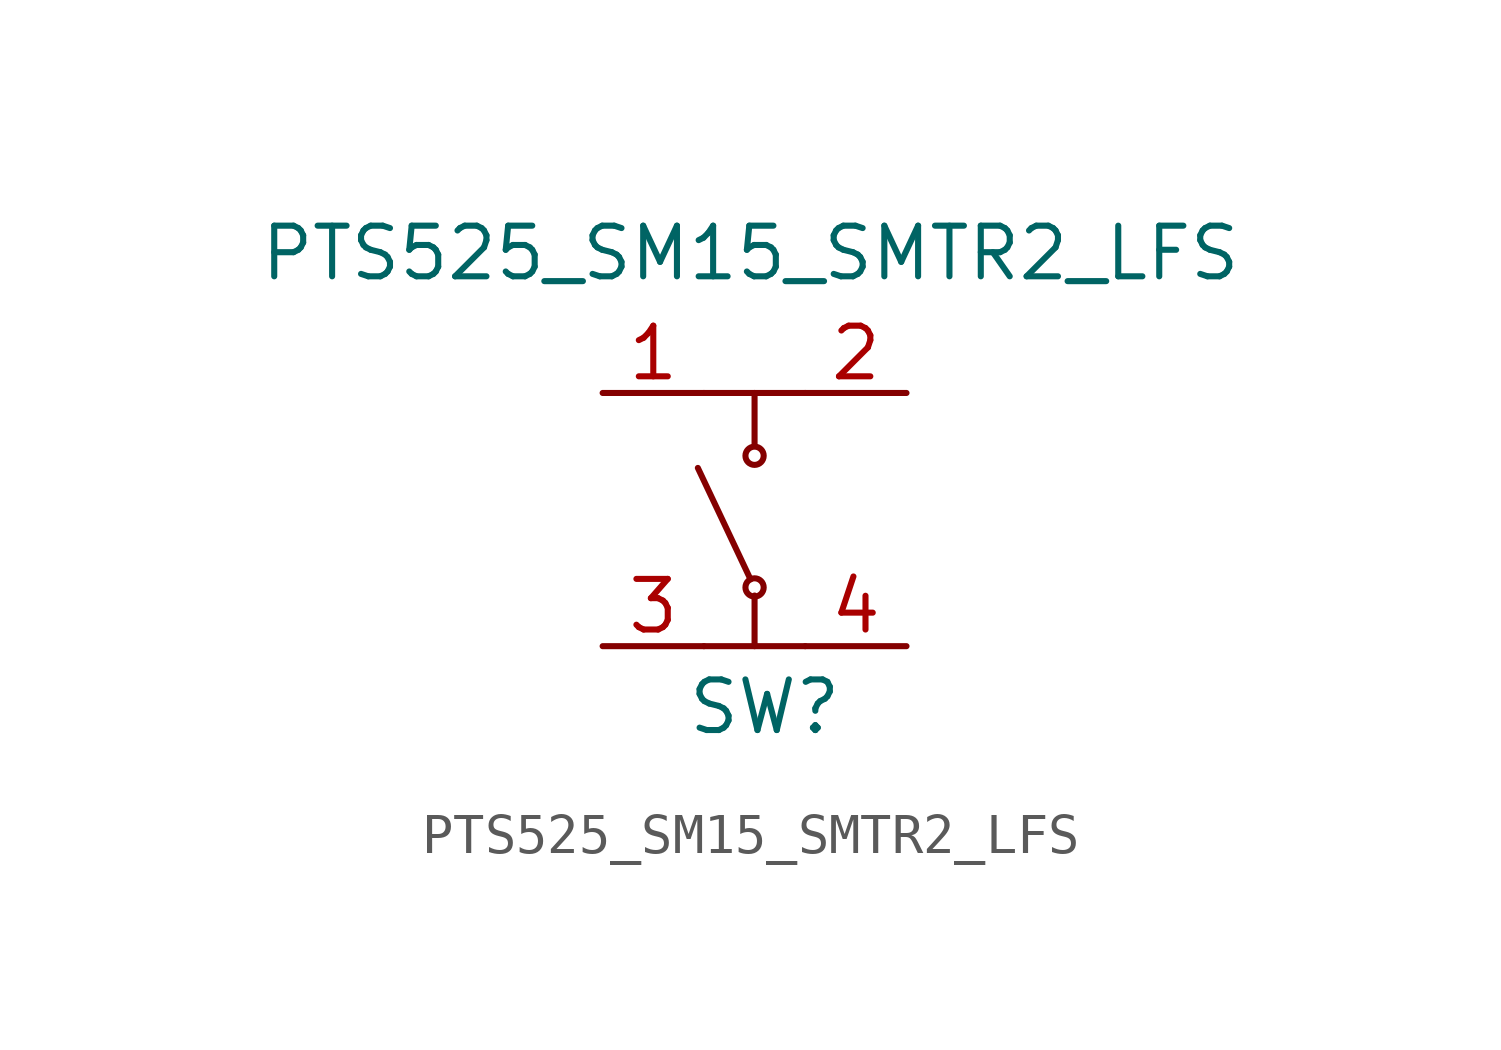
<source format=kicad_sym>
(kicad_symbol_lib
  (version 20220914)
  (generator kicad_symbol_editor)
  (symbol "PTS525_SM15_SMTR2_LFS"
    (pin_names
      (offset 1.016))
    (property "Reference" "SW"
      (at 0.254 -7.874 0)
      (effects (font (size 1.27 1.27))))
    (property "Value" "PTS525_SM15_SMTR2_LFS"
      (at -0.102 3.505 0)
      (effects (font (size 1.27 1.27))))
    (symbol "PTS525_SM15_SMTR2_LFS_0_1"
      (circle (center 0 -4.877) (radius 0.229) (stroke (width 0) (type default)) (fill (type none)))
      (circle (center 0 -1.575) (radius 0.229) (stroke (width 0) (type default)) (fill (type none)))
      (polyline (pts (xy -1.27 -6.35) (xy 1.27 -6.35)) (stroke (width 0) (type default)) (fill (type none)))
      (polyline (pts (xy -1.27 0) (xy 1.27 0)) (stroke (width 0) (type default)) (fill (type none)))
      (polyline (pts (xy -0.102 -4.674) (xy -1.422 -1.88)) (stroke (width 0) (type default)) (fill (type none)))
      (polyline (pts (xy 0 -6.35) (xy 0 -5.08)) (stroke (width 0) (type default)) (fill (type none)))
      (polyline (pts (xy 0 0) (xy 0 -1.27)) (stroke (width 0) (type default)) (fill (type none))))
    (symbol "PTS525_SM15_SMTR2_LFS_1_1"
      (pin passive line (at -3.81 0 0) (length 2.54) (name "~" (effects (font (size 1.27 1.27)))) (number "1" (effects (font (size 1.27 1.27)))))
      (pin passive line (at 3.81 0 180) (length 2.54) (name "~" (effects (font (size 1.27 1.27)))) (number "2" (effects (font (size 1.27 1.27)))))
      (pin passive line (at -3.81 -6.35 0) (length 2.54) (name "~" (effects (font (size 1.27 1.27)))) (number "3" (effects (font (size 1.27 1.27)))))
      (pin passive line (at 3.81 -6.35 180) (length 2.54) (name "~" (effects (font (size 1.27 1.27)))) (number "4" (effects (font (size 1.27 1.27))))))))
</source>
